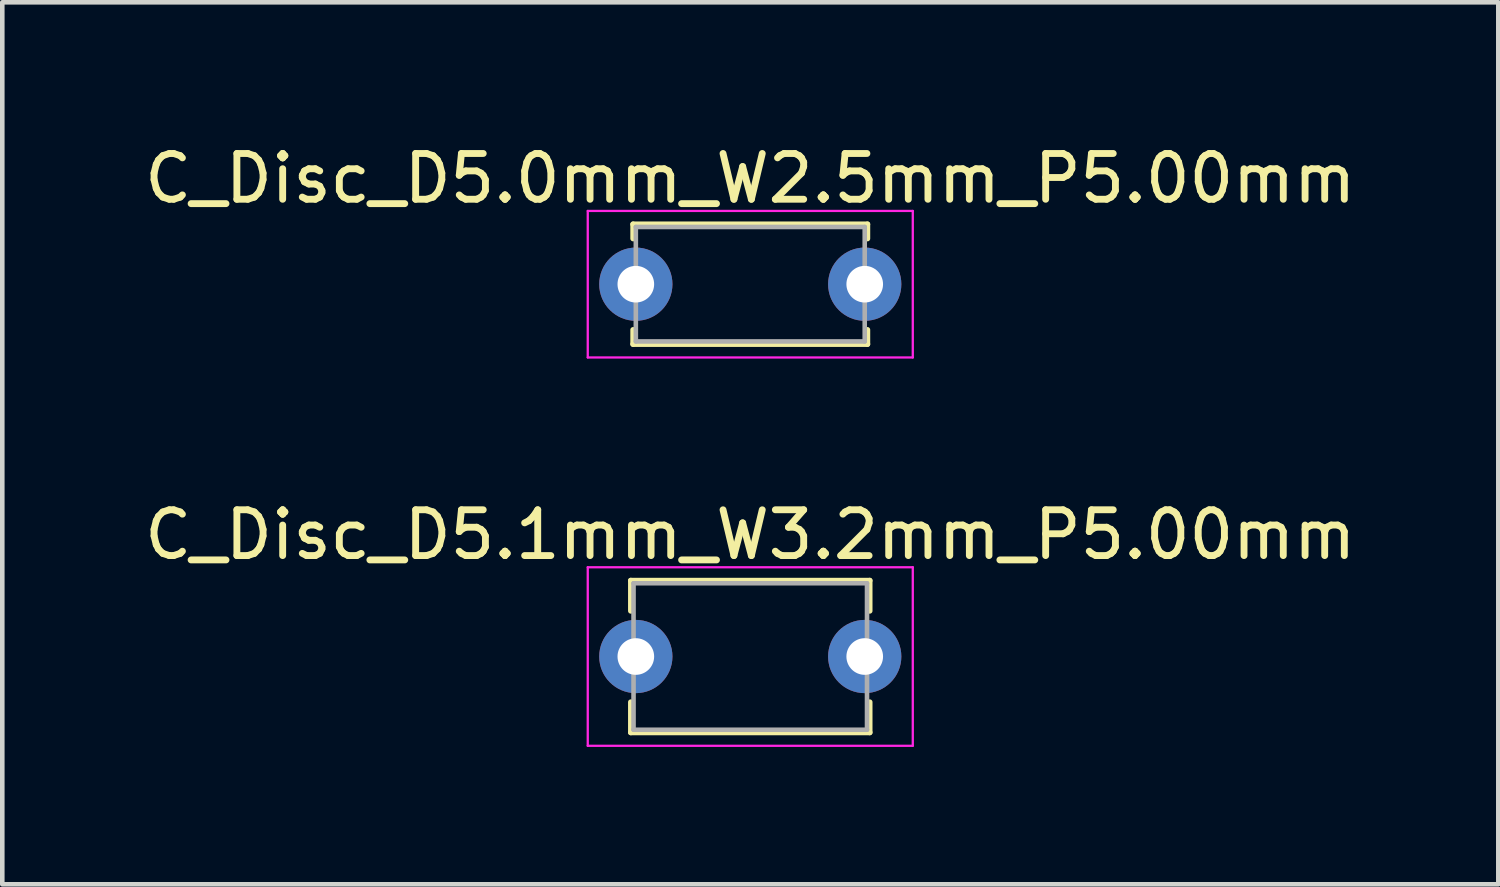
<source format=kicad_pcb>
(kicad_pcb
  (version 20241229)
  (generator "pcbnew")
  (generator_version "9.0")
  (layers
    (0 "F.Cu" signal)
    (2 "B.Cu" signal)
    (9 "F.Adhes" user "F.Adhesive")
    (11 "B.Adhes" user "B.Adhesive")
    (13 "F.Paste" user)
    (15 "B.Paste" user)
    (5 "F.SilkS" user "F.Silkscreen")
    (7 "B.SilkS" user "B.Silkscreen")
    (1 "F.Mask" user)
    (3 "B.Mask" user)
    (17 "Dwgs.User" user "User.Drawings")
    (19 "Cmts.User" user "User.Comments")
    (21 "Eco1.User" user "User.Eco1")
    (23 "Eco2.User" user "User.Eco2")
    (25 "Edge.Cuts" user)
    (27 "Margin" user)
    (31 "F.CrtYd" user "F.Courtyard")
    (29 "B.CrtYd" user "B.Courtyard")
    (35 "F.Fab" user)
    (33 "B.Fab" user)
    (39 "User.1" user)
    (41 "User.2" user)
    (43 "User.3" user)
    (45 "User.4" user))
  (footprint "C_Disc_D5.0mm_W2.5mm_P5.00mm"
    (layer "F.Cu")
    (at 10.839 3.158)
    (property "Reference" "C_Disc_D5.0mm_W2.5mm_P5.00mm" (at 2.5 -2.31 0) (layer "F.SilkS") (effects (font (size 1 1) (thickness 0.15))))
    (attr through_hole)
    (fp_line (start -0.06 -1.31) (end -0.06 -0.996) (stroke (width 0.12) (type solid)) (layer "F.SilkS"))
    (fp_line (start -0.06 -1.31) (end 5.06 -1.31) (stroke (width 0.12) (type solid)) (layer "F.SilkS"))
    (fp_line (start -0.06 0.996) (end -0.06 1.31) (stroke (width 0.12) (type solid)) (layer "F.SilkS"))
    (fp_line (start -0.06 1.31) (end 5.06 1.31) (stroke (width 0.12) (type solid)) (layer "F.SilkS"))
    (fp_line (start 5.06 -1.31) (end 5.06 -0.996) (stroke (width 0.12) (type solid)) (layer "F.SilkS"))
    (fp_line (start 5.06 0.996) (end 5.06 1.31) (stroke (width 0.12) (type solid)) (layer "F.SilkS"))
    (fp_line (start -1.05 -1.6) (end -1.05 1.6) (stroke (width 0.05) (type solid)) (layer "F.CrtYd"))
    (fp_line (start -1.05 1.6) (end 6.05 1.6) (stroke (width 0.05) (type solid)) (layer "F.CrtYd"))
    (fp_line (start 6.05 -1.6) (end -1.05 -1.6) (stroke (width 0.05) (type solid)) (layer "F.CrtYd"))
    (fp_line (start 6.05 1.6) (end 6.05 -1.6) (stroke (width 0.05) (type solid)) (layer "F.CrtYd"))
    (fp_line (start 0 -1.25) (end 0 1.25) (stroke (width 0.1) (type solid)) (layer "F.Fab"))
    (fp_line (start 0 1.25) (end 5 1.25) (stroke (width 0.1) (type solid)) (layer "F.Fab"))
    (fp_line (start 5 -1.25) (end 0 -1.25) (stroke (width 0.1) (type solid)) (layer "F.Fab"))
    (fp_line (start 5 1.25) (end 5 -1.25) (stroke (width 0.1) (type solid)) (layer "F.Fab"))
    (pad "1" thru_hole circle (at 0 0) (size 1.6 1.6) (drill 0.8) (layers "*.Cu" "*.Mask"))
    (pad "2" thru_hole circle (at 5 0) (size 1.6 1.6) (drill 0.8) (layers "*.Cu" "*.Mask")))
  (footprint "C_Disc_D5.1mm_W3.2mm_P5.00mm"
    (layer "F.Cu")
    (at 10.839 11.291)
    (property "Reference" "C_Disc_D5.1mm_W3.2mm_P5.00mm" (at 2.5 -2.66 0) (layer "F.SilkS") (effects (font (size 1 1) (thickness 0.15))))
    (attr through_hole)
    (fp_line (start -0.11 -1.66) (end -0.11 -0.996) (stroke (width 0.12) (type solid)) (layer "F.SilkS"))
    (fp_line (start -0.11 -1.66) (end 5.11 -1.66) (stroke (width 0.12) (type solid)) (layer "F.SilkS"))
    (fp_line (start -0.11 0.996) (end -0.11 1.66) (stroke (width 0.12) (type solid)) (layer "F.SilkS"))
    (fp_line (start -0.11 1.66) (end 5.11 1.66) (stroke (width 0.12) (type solid)) (layer "F.SilkS"))
    (fp_line (start 5.11 -1.66) (end 5.11 -0.996) (stroke (width 0.12) (type solid)) (layer "F.SilkS"))
    (fp_line (start 5.11 0.996) (end 5.11 1.66) (stroke (width 0.12) (type solid)) (layer "F.SilkS"))
    (fp_line (start -1.05 -1.95) (end -1.05 1.95) (stroke (width 0.05) (type solid)) (layer "F.CrtYd"))
    (fp_line (start -1.05 1.95) (end 6.05 1.95) (stroke (width 0.05) (type solid)) (layer "F.CrtYd"))
    (fp_line (start 6.05 -1.95) (end -1.05 -1.95) (stroke (width 0.05) (type solid)) (layer "F.CrtYd"))
    (fp_line (start 6.05 1.95) (end 6.05 -1.95) (stroke (width 0.05) (type solid)) (layer "F.CrtYd"))
    (fp_line (start -0.05 -1.6) (end -0.05 1.6) (stroke (width 0.1) (type solid)) (layer "F.Fab"))
    (fp_line (start -0.05 1.6) (end 5.05 1.6) (stroke (width 0.1) (type solid)) (layer "F.Fab"))
    (fp_line (start 5.05 -1.6) (end -0.05 -1.6) (stroke (width 0.1) (type solid)) (layer "F.Fab"))
    (fp_line (start 5.05 1.6) (end 5.05 -1.6) (stroke (width 0.1) (type solid)) (layer "F.Fab"))
    (pad "1" thru_hole circle (at 0 0) (size 1.6 1.6) (drill 0.8) (layers "*.Cu" "*.Mask"))
    (pad "2" thru_hole circle (at 5 0) (size 1.6 1.6) (drill 0.8) (layers "*.Cu" "*.Mask")))
  (gr_rect
    (start -3 -3)
    (end 29.679 16.267)
    (stroke (width 0.1) (type default))
    (fill no)
    (layer "Edge.Cuts")))
</source>
